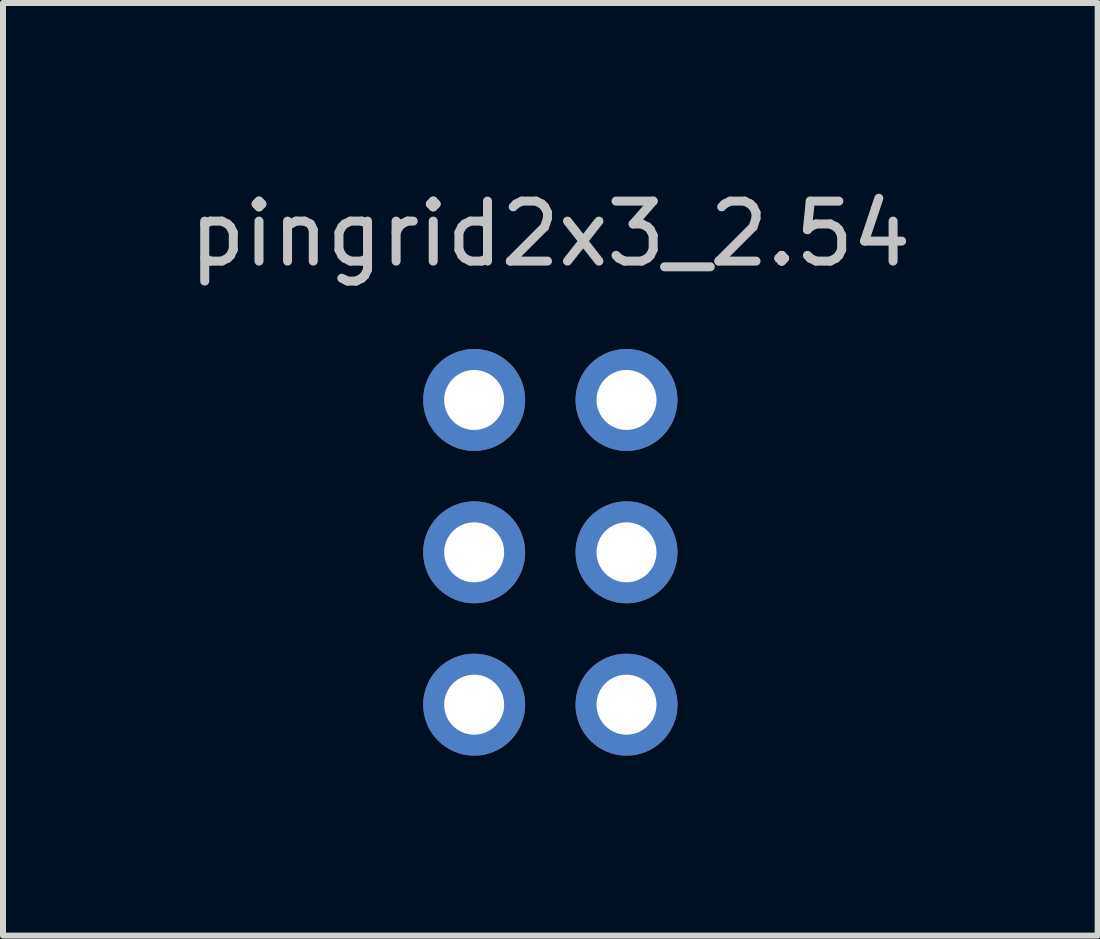
<source format=kicad_pcb>
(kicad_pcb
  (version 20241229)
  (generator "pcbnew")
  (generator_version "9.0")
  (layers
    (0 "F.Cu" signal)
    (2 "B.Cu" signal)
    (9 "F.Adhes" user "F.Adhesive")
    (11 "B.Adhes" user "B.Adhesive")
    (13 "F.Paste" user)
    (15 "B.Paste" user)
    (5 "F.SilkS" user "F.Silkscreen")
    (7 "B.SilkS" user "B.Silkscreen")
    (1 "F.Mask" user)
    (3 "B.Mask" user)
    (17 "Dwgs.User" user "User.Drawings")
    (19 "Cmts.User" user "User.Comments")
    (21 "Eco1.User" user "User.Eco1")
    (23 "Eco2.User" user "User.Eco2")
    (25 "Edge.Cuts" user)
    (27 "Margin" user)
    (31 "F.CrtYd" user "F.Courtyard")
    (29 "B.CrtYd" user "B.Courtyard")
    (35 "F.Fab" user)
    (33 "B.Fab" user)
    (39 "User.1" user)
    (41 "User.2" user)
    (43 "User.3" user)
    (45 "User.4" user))
  (footprint "pingrid2x3_2.54"
    (layer "F.Cu")
    (at 7.395 3.618)
    (property "Reference" "pingrid2x3_2.54" (at -1.27 -2.77 0) (layer "Dwgs.User") (effects (font (size 1 1) (thickness 0.15))))
    (attr through_hole)
    (pad "" thru_hole oval (at -2.54 0) (size 1.7 1.7) (drill 1) (layers "*.Cu" "*.Mask"))
    (pad "" thru_hole oval (at -2.54 2.54) (size 1.7 1.7) (drill 1) (layers "*.Cu" "*.Mask"))
    (pad "" thru_hole oval (at -2.54 5.08) (size 1.7 1.7) (drill 1) (layers "*.Cu" "*.Mask"))
    (pad "" thru_hole circle (at 0 0) (size 1.7 1.7) (drill 1) (layers "*.Cu" "*.Mask"))
    (pad "" thru_hole oval (at 0 2.54) (size 1.7 1.7) (drill 1) (layers "*.Cu" "*.Mask"))
    (pad "" thru_hole oval (at 0 5.08) (size 1.7 1.7) (drill 1) (layers "*.Cu" "*.Mask")))
  (gr_rect
    (start -3 -3)
    (end 15.25 12.548)
    (stroke (width 0.1) (type default))
    (fill no)
    (layer "Edge.Cuts")))
</source>
